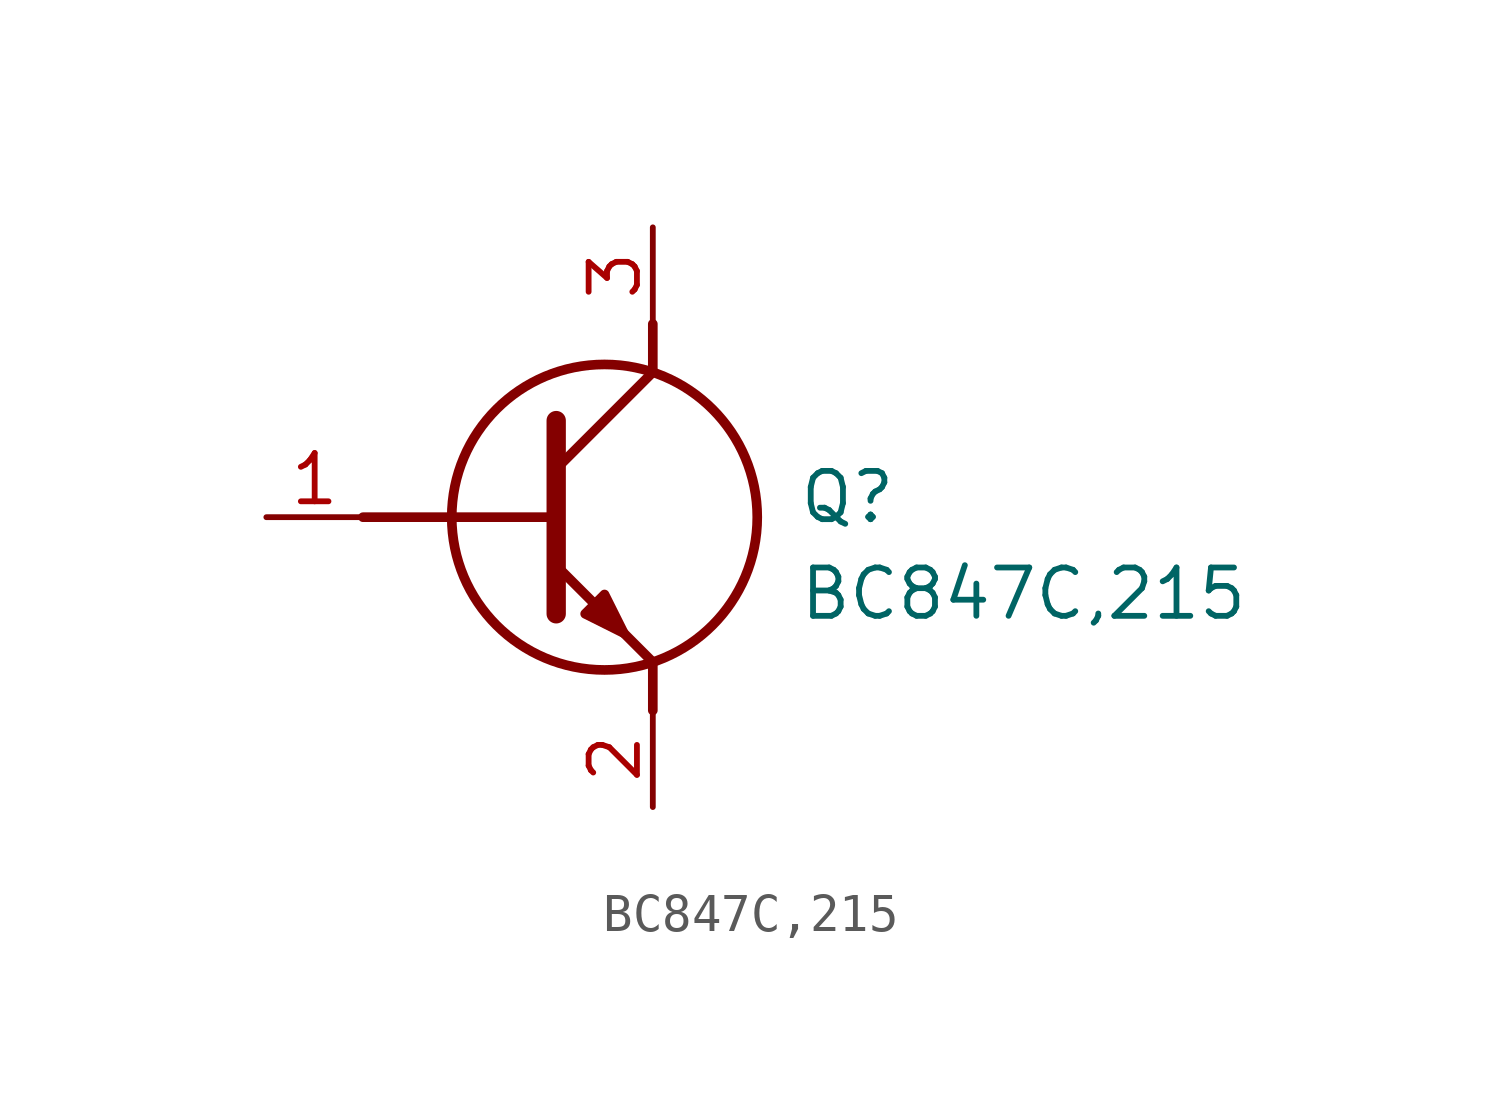
<source format=kicad_sym>
(kicad_symbol_lib
  (version 20211014)
  (generator SamacSys_ECAD_Model)
  (symbol "BC847C,215"
    (pin_names hide)
    (property "Reference" "Q"
      (at 13.97 1.27 0)
      (effects (font (size 1.27 1.27)) (justify left top)))
    (property "Value" "BC847C,215"
      (at 13.97 -1.27 0)
      (effects (font (size 1.27 1.27)) (justify left top)))
    (polyline
      (pts (xy 7.62 2.54) (xy 7.62 -2.54))
      (stroke (width 0.508) (type default))
      (fill (type none)))
    (polyline
      (pts (xy 7.62 1.27) (xy 10.16 3.81))
      (stroke (width 0.254) (type default))
      (fill (type none)))
    (polyline
      (pts (xy 7.62 -1.27) (xy 10.16 -3.81))
      (stroke (width 0.254) (type default))
      (fill (type none)))
    (polyline
      (pts (xy 10.16 -3.81) (xy 10.16 -5.08))
      (stroke (width 0.254) (type default))
      (fill (type none)))
    (polyline
      (pts (xy 10.16 3.81) (xy 10.16 5.08))
      (stroke (width 0.254) (type default))
      (fill (type none)))
    (polyline
      (pts (xy 2.54 0) (xy 7.62 0))
      (stroke (width 0.254) (type default))
      (fill (type none)))
    (circle
      (center 8.89 0)
      (radius 4.016)
      (stroke (width 0.254) (type default))
      (fill (type none)))
    (polyline
      (pts (xy 8.382 -2.54) (xy 8.89 -2.032) (xy 9.398 -3.048) (xy 8.382 -2.54))
      (stroke (width 0.254) (type default))
      (fill (type outline)))
    (pin passive line
      (at 0 0 0)
      (length 2.54)
      (name "B" (effects (font (size 1.27 1.27))))
      (number "1" (effects (font (size 1.27 1.27)))))
    (pin passive line
      (at 10.16 -7.62 90)
      (length 2.54)
      (name "E" (effects (font (size 1.27 1.27))))
      (number "2" (effects (font (size 1.27 1.27)))))
    (pin passive line
      (at 10.16 7.62 270)
      (length 2.54)
      (name "C" (effects (font (size 1.27 1.27))))
      (number "3" (effects (font (size 1.27 1.27)))))))
</source>
